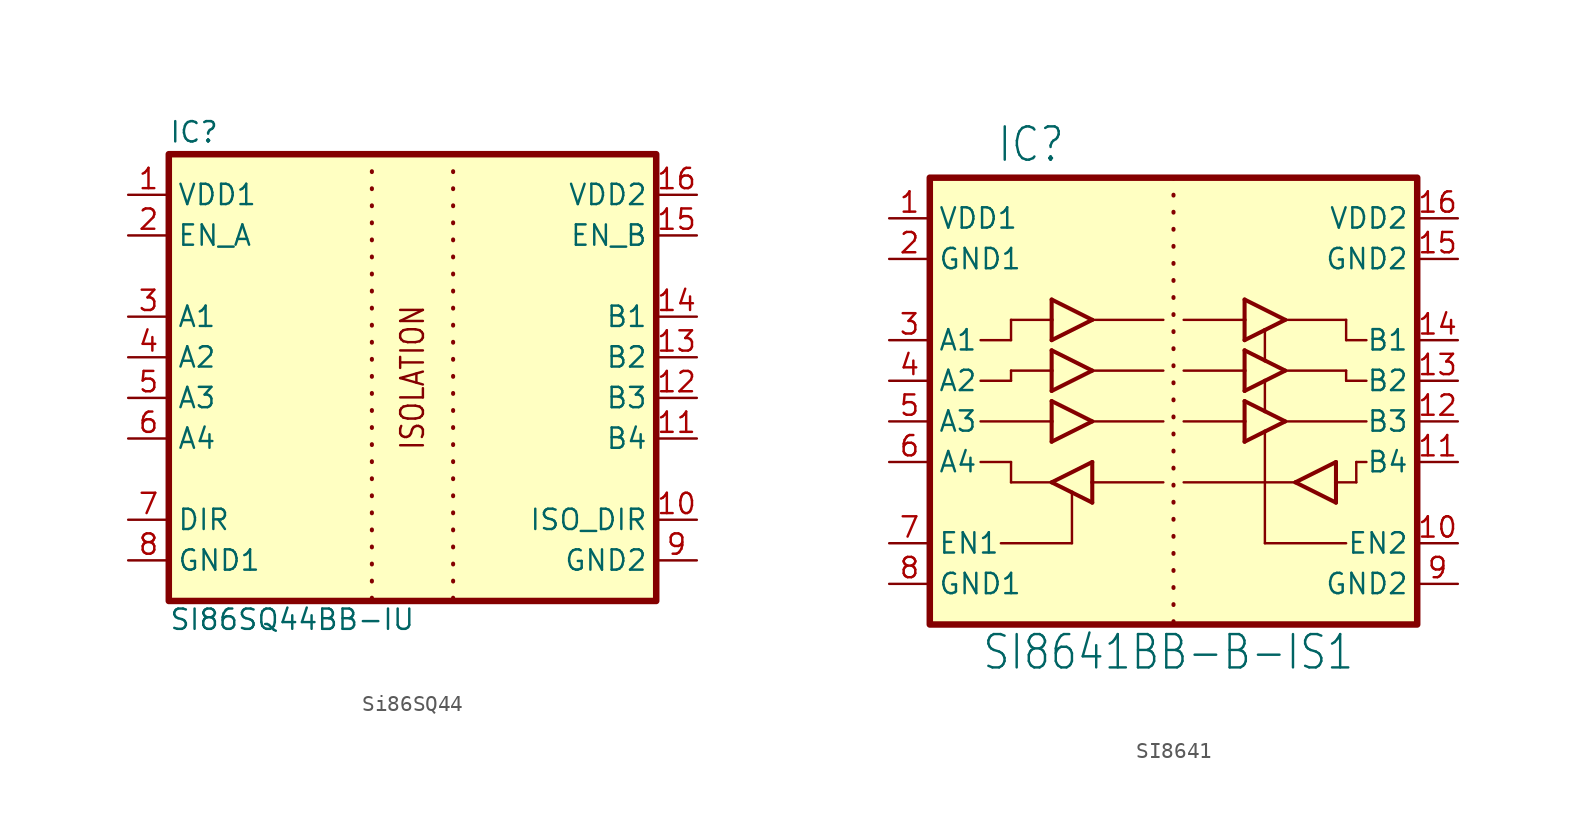
<source format=kicad_sym>
(kicad_symbol_lib
  (version 20241209)
  (generator "kicad_symbol_editor")
  (generator_version "9.0")
  (symbol "Si86SQ44"
    (property "Reference" "IC"
      (at -15.24 13.335 0)
      (effects (font (size 1.27 1.27)) (justify left bottom)))
    (property "Value" "SI86SQ44BB-IU"
      (at -15.24 -17.145 0)
      (effects (font (size 1.27 1.27)) (justify left bottom)))
    (symbol "Si86SQ44_1_0"
      (polyline (pts (xy -2.54 12.7) (xy -2.54 -15.24)) (stroke (width 0.254) (type dot)) (fill (type none)))
      (polyline (pts (xy 2.54 12.7) (xy 2.54 -15.24)) (stroke (width 0.254) (type dot)) (fill (type none)))
      (text "ISOLATION" (at 0 -1.27 900) (effects (font (size 1.422 1.209))))
      (pin power_in line (at -17.78 10.16 0) (length 2.54) (name "VDD1" (effects (font (size 1.27 1.27)))) (number "1" (effects (font (size 1.27 1.27)))))
      (pin input line (at -17.78 7.62 0) (length 2.54) (name "EN_A" (effects (font (size 1.27 1.27)))) (number "2" (effects (font (size 1.27 1.27)))))
      (pin bidirectional line (at -17.78 2.54 0) (length 2.54) (name "A1" (effects (font (size 1.27 1.27)))) (number "3" (effects (font (size 1.27 1.27)))))
      (pin bidirectional line (at -17.78 0 0) (length 2.54) (name "A2" (effects (font (size 1.27 1.27)))) (number "4" (effects (font (size 1.27 1.27)))))
      (pin bidirectional line (at -17.78 -2.54 0) (length 2.54) (name "A3" (effects (font (size 1.27 1.27)))) (number "5" (effects (font (size 1.27 1.27)))))
      (pin bidirectional line (at -17.78 -5.08 0) (length 2.54) (name "A4" (effects (font (size 1.27 1.27)))) (number "6" (effects (font (size 1.27 1.27)))))
      (pin input line (at -17.78 -10.16 0) (length 2.54) (name "DIR" (effects (font (size 1.27 1.27)))) (number "7" (effects (font (size 1.27 1.27)))))
      (pin power_in line (at -17.78 -12.7 0) (length 2.54) (name "GND1" (effects (font (size 1.27 1.27)))) (number "8" (effects (font (size 1.27 1.27)))))
      (pin power_in line (at 17.78 10.16 180) (length 2.54) (name "VDD2" (effects (font (size 1.27 1.27)))) (number "16" (effects (font (size 1.27 1.27)))))
      (pin input line (at 17.78 7.62 180) (length 2.54) (name "EN_B" (effects (font (size 1.27 1.27)))) (number "15" (effects (font (size 1.27 1.27)))))
      (pin bidirectional line (at 17.78 2.54 180) (length 2.54) (name "B1" (effects (font (size 1.27 1.27)))) (number "14" (effects (font (size 1.27 1.27)))))
      (pin bidirectional line (at 17.78 0 180) (length 2.54) (name "B2" (effects (font (size 1.27 1.27)))) (number "13" (effects (font (size 1.27 1.27)))))
      (pin bidirectional line (at 17.78 -2.54 180) (length 2.54) (name "B3" (effects (font (size 1.27 1.27)))) (number "12" (effects (font (size 1.27 1.27)))))
      (pin bidirectional line (at 17.78 -5.08 180) (length 2.54) (name "B4" (effects (font (size 1.27 1.27)))) (number "11" (effects (font (size 1.27 1.27)))))
      (pin output line (at 17.78 -10.16 180) (length 2.54) (name "ISO_DIR" (effects (font (size 1.27 1.27)))) (number "10" (effects (font (size 1.27 1.27)))))
      (pin power_in line (at 17.78 -12.7 180) (length 2.54) (name "GND2" (effects (font (size 1.27 1.27)))) (number "9" (effects (font (size 1.27 1.27))))))
    (symbol "Si86SQ44_1_1"
      (rectangle (start -15.24 12.7) (end 15.24 -15.24) (stroke (width 0.406) (type default)) (fill (type background)))))
  (symbol "SI8641"
    (property "Reference" "IC"
      (at -11.074 13.564 0)
      (effects (font (size 2.083 1.77)) (justify left bottom)))
    (property "Value" "SI8641BB-B-IS1"
      (at -12.014 -18.186 0)
      (effects (font (size 2.083 1.77)) (justify left bottom)))
    (symbol "SI8641_1_0"
      (polyline (pts (xy -12.065 0) (xy -10.16 0)) (stroke (width 0.152) (type solid)) (fill (type none)))
      (polyline (pts (xy -12.065 -2.54) (xy -7.62 -2.54)) (stroke (width 0.152) (type solid)) (fill (type none)))
      (polyline (pts (xy -12.065 -5.08) (xy -10.16 -5.08)) (stroke (width 0.152) (type solid)) (fill (type none)))
      (polyline (pts (xy -10.795 -10.16) (xy -6.35 -10.16)) (stroke (width 0.152) (type solid)) (fill (type none)))
      (polyline (pts (xy -10.16 3.81) (xy -10.16 2.54)) (stroke (width 0.152) (type solid)) (fill (type none)))
      (polyline (pts (xy -10.16 2.54) (xy -12.065 2.54)) (stroke (width 0.152) (type solid)) (fill (type none)))
      (polyline (pts (xy -10.16 0.635) (xy -7.62 0.635)) (stroke (width 0.152) (type solid)) (fill (type none)))
      (polyline (pts (xy -10.16 0) (xy -10.16 0.635)) (stroke (width 0.152) (type solid)) (fill (type none)))
      (polyline (pts (xy -10.16 -5.08) (xy -10.16 -6.35)) (stroke (width 0.152) (type solid)) (fill (type none)))
      (polyline (pts (xy -10.16 -6.35) (xy -7.62 -6.35)) (stroke (width 0.152) (type solid)) (fill (type none)))
      (polyline (pts (xy -7.62 5.08) (xy -5.08 3.81)) (stroke (width 0.254) (type solid)) (fill (type none)))
      (polyline (pts (xy -7.62 3.81) (xy -10.16 3.81)) (stroke (width 0.152) (type solid)) (fill (type none)))
      (polyline (pts (xy -7.62 3.81) (xy -7.62 5.08)) (stroke (width 0.254) (type solid)) (fill (type none)))
      (polyline (pts (xy -7.62 2.54) (xy -7.62 3.81)) (stroke (width 0.254) (type solid)) (fill (type none)))
      (polyline (pts (xy -7.62 1.905) (xy -5.08 0.635)) (stroke (width 0.254) (type solid)) (fill (type none)))
      (polyline (pts (xy -7.62 0.635) (xy -7.62 1.905)) (stroke (width 0.254) (type solid)) (fill (type none)))
      (polyline (pts (xy -7.62 -0.635) (xy -7.62 0.635)) (stroke (width 0.254) (type solid)) (fill (type none)))
      (polyline (pts (xy -7.62 -1.27) (xy -5.08 -2.54)) (stroke (width 0.254) (type solid)) (fill (type none)))
      (polyline (pts (xy -7.62 -2.54) (xy -7.62 -1.27)) (stroke (width 0.254) (type solid)) (fill (type none)))
      (polyline (pts (xy -7.62 -3.81) (xy -7.62 -2.54)) (stroke (width 0.254) (type solid)) (fill (type none)))
      (polyline (pts (xy -7.62 -6.35) (xy -5.08 -5.08)) (stroke (width 0.254) (type solid)) (fill (type none)))
      (polyline (pts (xy -6.35 -6.985) (xy -7.62 -6.35)) (stroke (width 0.254) (type solid)) (fill (type none)))
      (polyline (pts (xy -6.35 -10.16) (xy -6.35 -6.985)) (stroke (width 0.152) (type solid)) (fill (type none)))
      (polyline (pts (xy -5.08 3.81) (xy -7.62 2.54)) (stroke (width 0.254) (type solid)) (fill (type none)))
      (polyline (pts (xy -5.08 3.81) (xy -0.635 3.81)) (stroke (width 0.152) (type solid)) (fill (type none)))
      (polyline (pts (xy -5.08 0.635) (xy -7.62 -0.635)) (stroke (width 0.254) (type solid)) (fill (type none)))
      (polyline (pts (xy -5.08 0.635) (xy -0.635 0.635)) (stroke (width 0.152) (type solid)) (fill (type none)))
      (polyline (pts (xy -5.08 -2.54) (xy -7.62 -3.81)) (stroke (width 0.254) (type solid)) (fill (type none)))
      (polyline (pts (xy -5.08 -2.54) (xy -0.635 -2.54)) (stroke (width 0.152) (type solid)) (fill (type none)))
      (polyline (pts (xy -5.08 -5.08) (xy -5.08 -6.35)) (stroke (width 0.254) (type solid)) (fill (type none)))
      (polyline (pts (xy -5.08 -6.35) (xy -5.08 -7.62)) (stroke (width 0.254) (type solid)) (fill (type none)))
      (polyline (pts (xy -5.08 -6.35) (xy -0.635 -6.35)) (stroke (width 0.152) (type solid)) (fill (type none)))
      (polyline (pts (xy -5.08 -7.62) (xy -6.35 -6.985)) (stroke (width 0.254) (type solid)) (fill (type none)))
      (polyline (pts (xy 0 12.7) (xy 0 -15.24)) (stroke (width 0.254) (type dot)) (fill (type none)))
      (polyline (pts (xy 0.635 0.635) (xy 4.445 0.635)) (stroke (width 0.152) (type solid)) (fill (type none)))
      (polyline (pts (xy 0.635 -2.54) (xy 4.445 -2.54)) (stroke (width 0.152) (type solid)) (fill (type none)))
      (polyline (pts (xy 0.635 -6.35) (xy 7.62 -6.35)) (stroke (width 0.152) (type solid)) (fill (type none)))
      (polyline (pts (xy 4.445 5.08) (xy 6.985 3.81)) (stroke (width 0.254) (type solid)) (fill (type none)))
      (polyline (pts (xy 4.445 3.81) (xy 0.635 3.81)) (stroke (width 0.152) (type solid)) (fill (type none)))
      (polyline (pts (xy 4.445 3.81) (xy 4.445 5.08)) (stroke (width 0.254) (type solid)) (fill (type none)))
      (polyline (pts (xy 4.445 2.54) (xy 4.445 3.81)) (stroke (width 0.254) (type solid)) (fill (type none)))
      (polyline (pts (xy 4.445 1.905) (xy 5.715 1.27)) (stroke (width 0.254) (type solid)) (fill (type none)))
      (polyline (pts (xy 4.445 0.635) (xy 4.445 1.905)) (stroke (width 0.254) (type solid)) (fill (type none)))
      (polyline (pts (xy 4.445 -0.635) (xy 4.445 0.635)) (stroke (width 0.254) (type solid)) (fill (type none)))
      (polyline (pts (xy 4.445 -1.27) (xy 5.715 -1.905)) (stroke (width 0.254) (type solid)) (fill (type none)))
      (polyline (pts (xy 4.445 -2.54) (xy 4.445 -1.27)) (stroke (width 0.254) (type solid)) (fill (type none)))
      (polyline (pts (xy 4.445 -3.81) (xy 4.445 -2.54)) (stroke (width 0.254) (type solid)) (fill (type none)))
      (polyline (pts (xy 5.715 3.175) (xy 4.445 2.54)) (stroke (width 0.254) (type solid)) (fill (type none)))
      (polyline (pts (xy 5.715 1.27) (xy 5.715 3.175)) (stroke (width 0.152) (type solid)) (fill (type none)))
      (polyline (pts (xy 5.715 1.27) (xy 6.985 0.635)) (stroke (width 0.254) (type solid)) (fill (type none)))
      (polyline (pts (xy 5.715 0) (xy 4.445 -0.635)) (stroke (width 0.254) (type solid)) (fill (type none)))
      (polyline (pts (xy 5.715 -1.905) (xy 5.715 0)) (stroke (width 0.152) (type solid)) (fill (type none)))
      (polyline (pts (xy 5.715 -1.905) (xy 6.985 -2.54)) (stroke (width 0.254) (type solid)) (fill (type none)))
      (polyline (pts (xy 5.715 -3.175) (xy 4.445 -3.81)) (stroke (width 0.254) (type solid)) (fill (type none)))
      (polyline (pts (xy 5.715 -10.16) (xy 5.715 -3.175)) (stroke (width 0.152) (type solid)) (fill (type none)))
      (polyline (pts (xy 6.985 3.81) (xy 5.715 3.175)) (stroke (width 0.254) (type solid)) (fill (type none)))
      (polyline (pts (xy 6.985 3.81) (xy 10.795 3.81)) (stroke (width 0.152) (type solid)) (fill (type none)))
      (polyline (pts (xy 6.985 0.635) (xy 5.715 0)) (stroke (width 0.254) (type solid)) (fill (type none)))
      (polyline (pts (xy 6.985 0.635) (xy 10.795 0.635)) (stroke (width 0.152) (type solid)) (fill (type none)))
      (polyline (pts (xy 6.985 -2.54) (xy 5.715 -3.175)) (stroke (width 0.254) (type solid)) (fill (type none)))
      (polyline (pts (xy 6.985 -2.54) (xy 12.065 -2.54)) (stroke (width 0.152) (type solid)) (fill (type none)))
      (polyline (pts (xy 7.62 -6.35) (xy 10.16 -5.08)) (stroke (width 0.254) (type solid)) (fill (type none)))
      (polyline (pts (xy 10.16 -5.08) (xy 10.16 -6.35)) (stroke (width 0.254) (type solid)) (fill (type none)))
      (polyline (pts (xy 10.16 -6.35) (xy 10.16 -7.62)) (stroke (width 0.254) (type solid)) (fill (type none)))
      (polyline (pts (xy 10.16 -6.35) (xy 11.43 -6.35)) (stroke (width 0.152) (type solid)) (fill (type none)))
      (polyline (pts (xy 10.16 -7.62) (xy 7.62 -6.35)) (stroke (width 0.254) (type solid)) (fill (type none)))
      (polyline (pts (xy 10.795 3.81) (xy 10.795 2.54)) (stroke (width 0.152) (type solid)) (fill (type none)))
      (polyline (pts (xy 10.795 2.54) (xy 12.065 2.54)) (stroke (width 0.152) (type solid)) (fill (type none)))
      (polyline (pts (xy 10.795 0.635) (xy 10.795 0)) (stroke (width 0.152) (type solid)) (fill (type none)))
      (polyline (pts (xy 10.795 0) (xy 12.065 0)) (stroke (width 0.152) (type solid)) (fill (type none)))
      (polyline (pts (xy 10.795 -10.16) (xy 5.715 -10.16)) (stroke (width 0.152) (type solid)) (fill (type none)))
      (polyline (pts (xy 11.43 -5.08) (xy 12.065 -5.08)) (stroke (width 0.152) (type solid)) (fill (type none)))
      (polyline (pts (xy 11.43 -6.35) (xy 11.43 -5.08)) (stroke (width 0.152) (type solid)) (fill (type none)))
      (pin passive line (at -17.78 10.16 0) (length 2.54) (name "VDD1" (effects (font (size 1.27 1.27)))) (number "1" (effects (font (size 1.27 1.27)))))
      (pin passive line (at -17.78 7.62 0) (length 2.54) (name "GND1" (effects (font (size 1.27 1.27)))) (number "2" (effects (font (size 1.27 1.27)))))
      (pin input line (at -17.78 2.54 0) (length 2.54) (name "A1" (effects (font (size 1.27 1.27)))) (number "3" (effects (font (size 1.27 1.27)))))
      (pin input line (at -17.78 0 0) (length 2.54) (name "A2" (effects (font (size 1.27 1.27)))) (number "4" (effects (font (size 1.27 1.27)))))
      (pin input line (at -17.78 -2.54 0) (length 2.54) (name "A3" (effects (font (size 1.27 1.27)))) (number "5" (effects (font (size 1.27 1.27)))))
      (pin output line (at -17.78 -5.08 0) (length 2.54) (name "A4" (effects (font (size 1.27 1.27)))) (number "6" (effects (font (size 1.27 1.27)))))
      (pin input line (at -17.78 -10.16 0) (length 2.54) (name "EN1" (effects (font (size 1.27 1.27)))) (number "7" (effects (font (size 1.27 1.27)))))
      (pin passive line (at -17.78 -12.7 0) (length 2.54) (name "GND1" (effects (font (size 1.27 1.27)))) (number "8" (effects (font (size 1.27 1.27)))))
      (pin passive line (at 17.78 10.16 180) (length 2.54) (name "VDD2" (effects (font (size 1.27 1.27)))) (number "16" (effects (font (size 1.27 1.27)))))
      (pin passive line (at 17.78 7.62 180) (length 2.54) (name "GND2" (effects (font (size 1.27 1.27)))) (number "15" (effects (font (size 1.27 1.27)))))
      (pin output line (at 17.78 2.54 180) (length 2.54) (name "B1" (effects (font (size 1.27 1.27)))) (number "14" (effects (font (size 1.27 1.27)))))
      (pin output line (at 17.78 0 180) (length 2.54) (name "B2" (effects (font (size 1.27 1.27)))) (number "13" (effects (font (size 1.27 1.27)))))
      (pin output line (at 17.78 -2.54 180) (length 2.54) (name "B3" (effects (font (size 1.27 1.27)))) (number "12" (effects (font (size 1.27 1.27)))))
      (pin input line (at 17.78 -5.08 180) (length 2.54) (name "B4" (effects (font (size 1.27 1.27)))) (number "11" (effects (font (size 1.27 1.27)))))
      (pin input line (at 17.78 -10.16 180) (length 2.54) (name "EN2" (effects (font (size 1.27 1.27)))) (number "10" (effects (font (size 1.27 1.27)))))
      (pin passive line (at 17.78 -12.7 180) (length 2.54) (name "GND2" (effects (font (size 1.27 1.27)))) (number "9" (effects (font (size 1.27 1.27))))))
    (symbol "SI8641_1_1"
      (rectangle (start -15.24 12.7) (end 15.24 -15.24) (stroke (width 0.406) (type default)) (fill (type background))))))
</source>
